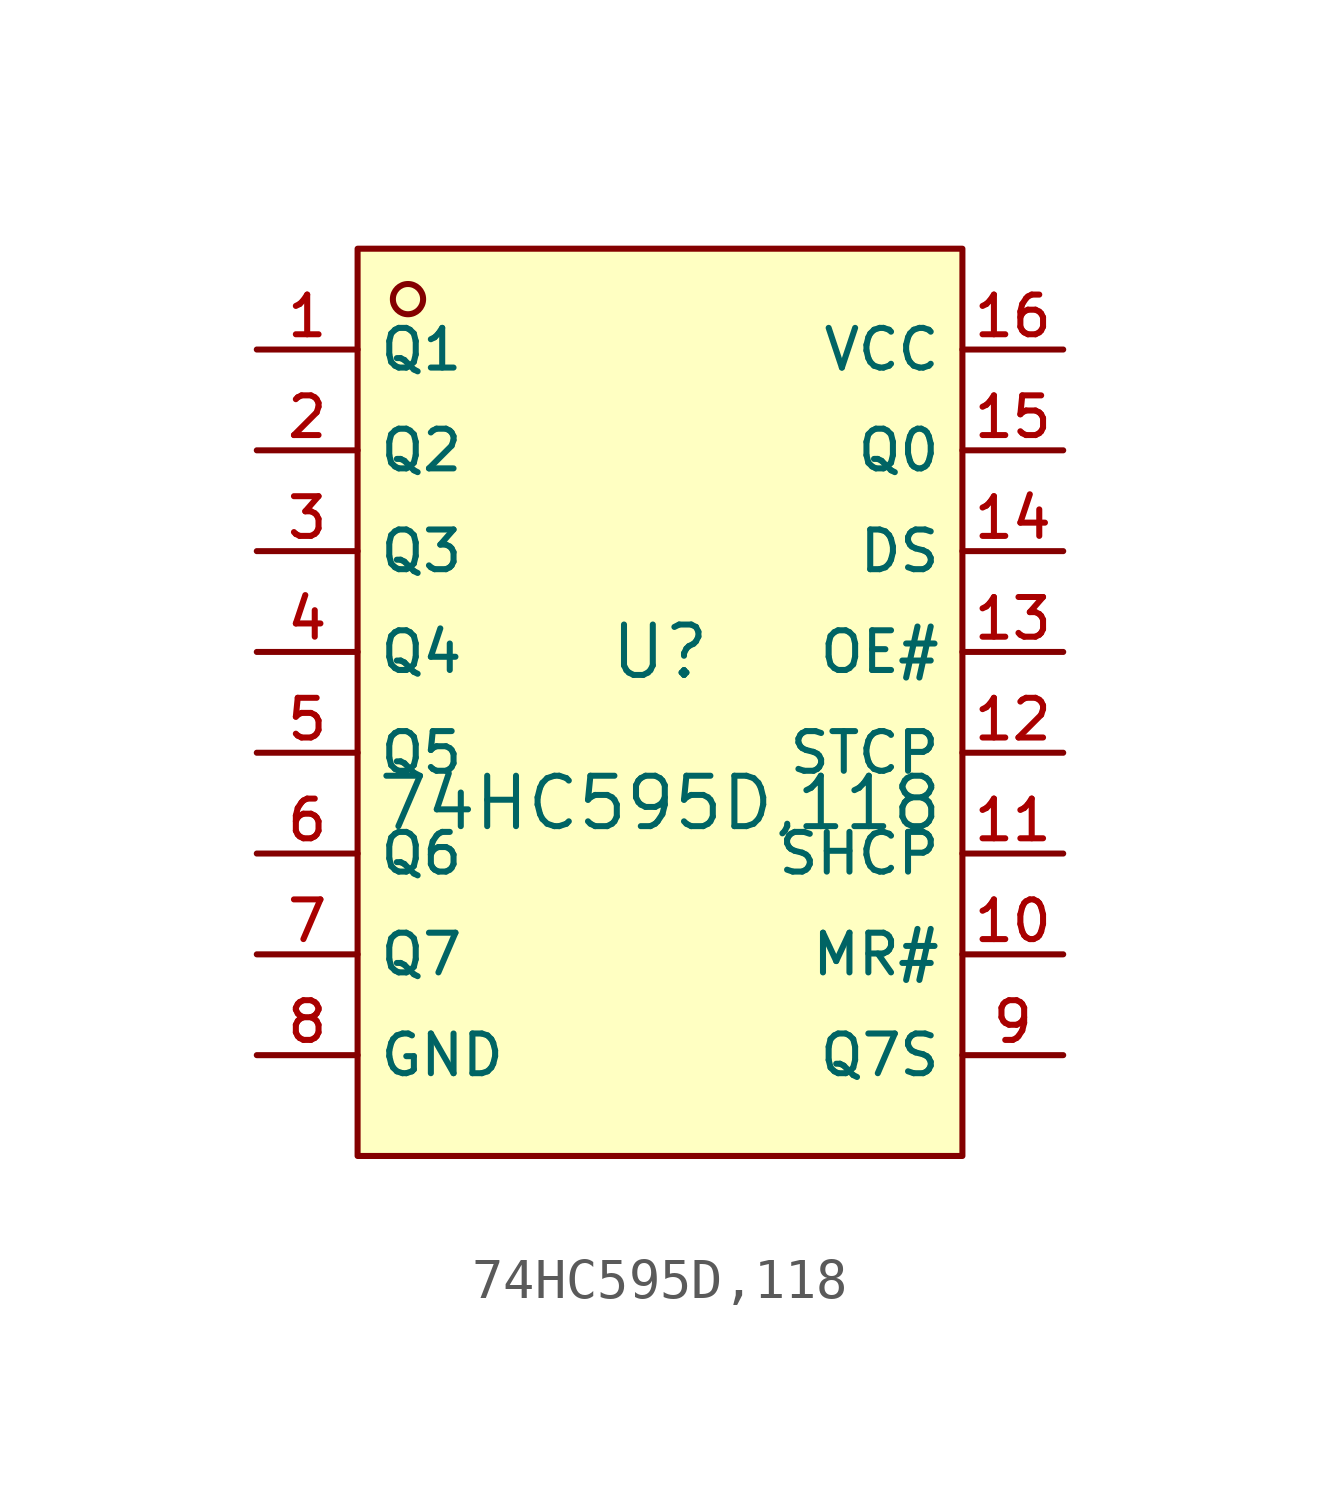
<source format=kicad_sym>
(kicad_symbol_lib
  (version 20210201)
  (generator TousstNicolas/JLC2KiCad_lib)
  (symbol "74HC595D,118"
    (property "Reference" "U"
      (at 0 1.27 0)
      (effects (font (size 1.27 1.27))))
    (property "Value" "74HC595D,118"
      (at 0 -2.54 0)
      (effects (font (size 1.27 1.27))))
    (symbol "74HC595D,118_0_1"
      (rectangle (start -7.62 11.43) (end 7.62 -11.43) (stroke (width 0) (type default) (color 0 0 0 0)) (fill (type background)))
      (circle (center -6.35 10.16) (radius 0.381) (stroke (width 0) (type default) (color 0 0 0 0)) (fill (type background)))
      (pin unspecified line (at -10.16 8.89 0) (length 2.54) (name "Q1" (effects (font (size 1 1)))) (number "1" (effects (font (size 1 1)))))
      (pin unspecified line (at -10.16 6.35 0) (length 2.54) (name "Q2" (effects (font (size 1 1)))) (number "2" (effects (font (size 1 1)))))
      (pin unspecified line (at -10.16 3.81 0) (length 2.54) (name "Q3" (effects (font (size 1 1)))) (number "3" (effects (font (size 1 1)))))
      (pin unspecified line (at -10.16 1.27 0) (length 2.54) (name "Q4" (effects (font (size 1 1)))) (number "4" (effects (font (size 1 1)))))
      (pin unspecified line (at -10.16 -1.27 0) (length 2.54) (name "Q5" (effects (font (size 1 1)))) (number "5" (effects (font (size 1 1)))))
      (pin unspecified line (at -10.16 -3.81 0) (length 2.54) (name "Q6" (effects (font (size 1 1)))) (number "6" (effects (font (size 1 1)))))
      (pin unspecified line (at -10.16 -6.35 0) (length 2.54) (name "Q7" (effects (font (size 1 1)))) (number "7" (effects (font (size 1 1)))))
      (pin unspecified line (at -10.16 -8.89 0) (length 2.54) (name "GND" (effects (font (size 1 1)))) (number "8" (effects (font (size 1 1)))))
      (pin unspecified line (at 10.16 -8.89 180) (length 2.54) (name "Q7S" (effects (font (size 1 1)))) (number "9" (effects (font (size 1 1)))))
      (pin unspecified line (at 10.16 -6.35 180) (length 2.54) (name "MR#" (effects (font (size 1 1)))) (number "10" (effects (font (size 1 1)))))
      (pin unspecified line (at 10.16 -3.81 180) (length 2.54) (name "SHCP" (effects (font (size 1 1)))) (number "11" (effects (font (size 1 1)))))
      (pin unspecified line (at 10.16 -1.27 180) (length 2.54) (name "STCP" (effects (font (size 1 1)))) (number "12" (effects (font (size 1 1)))))
      (pin unspecified line (at 10.16 1.27 180) (length 2.54) (name "OE#" (effects (font (size 1 1)))) (number "13" (effects (font (size 1 1)))))
      (pin unspecified line (at 10.16 3.81 180) (length 2.54) (name "DS" (effects (font (size 1 1)))) (number "14" (effects (font (size 1 1)))))
      (pin unspecified line (at 10.16 6.35 180) (length 2.54) (name "Q0" (effects (font (size 1 1)))) (number "15" (effects (font (size 1 1)))))
      (pin unspecified line (at 10.16 8.89 180) (length 2.54) (name "VCC" (effects (font (size 1 1)))) (number "16" (effects (font (size 1 1))))))))
</source>
